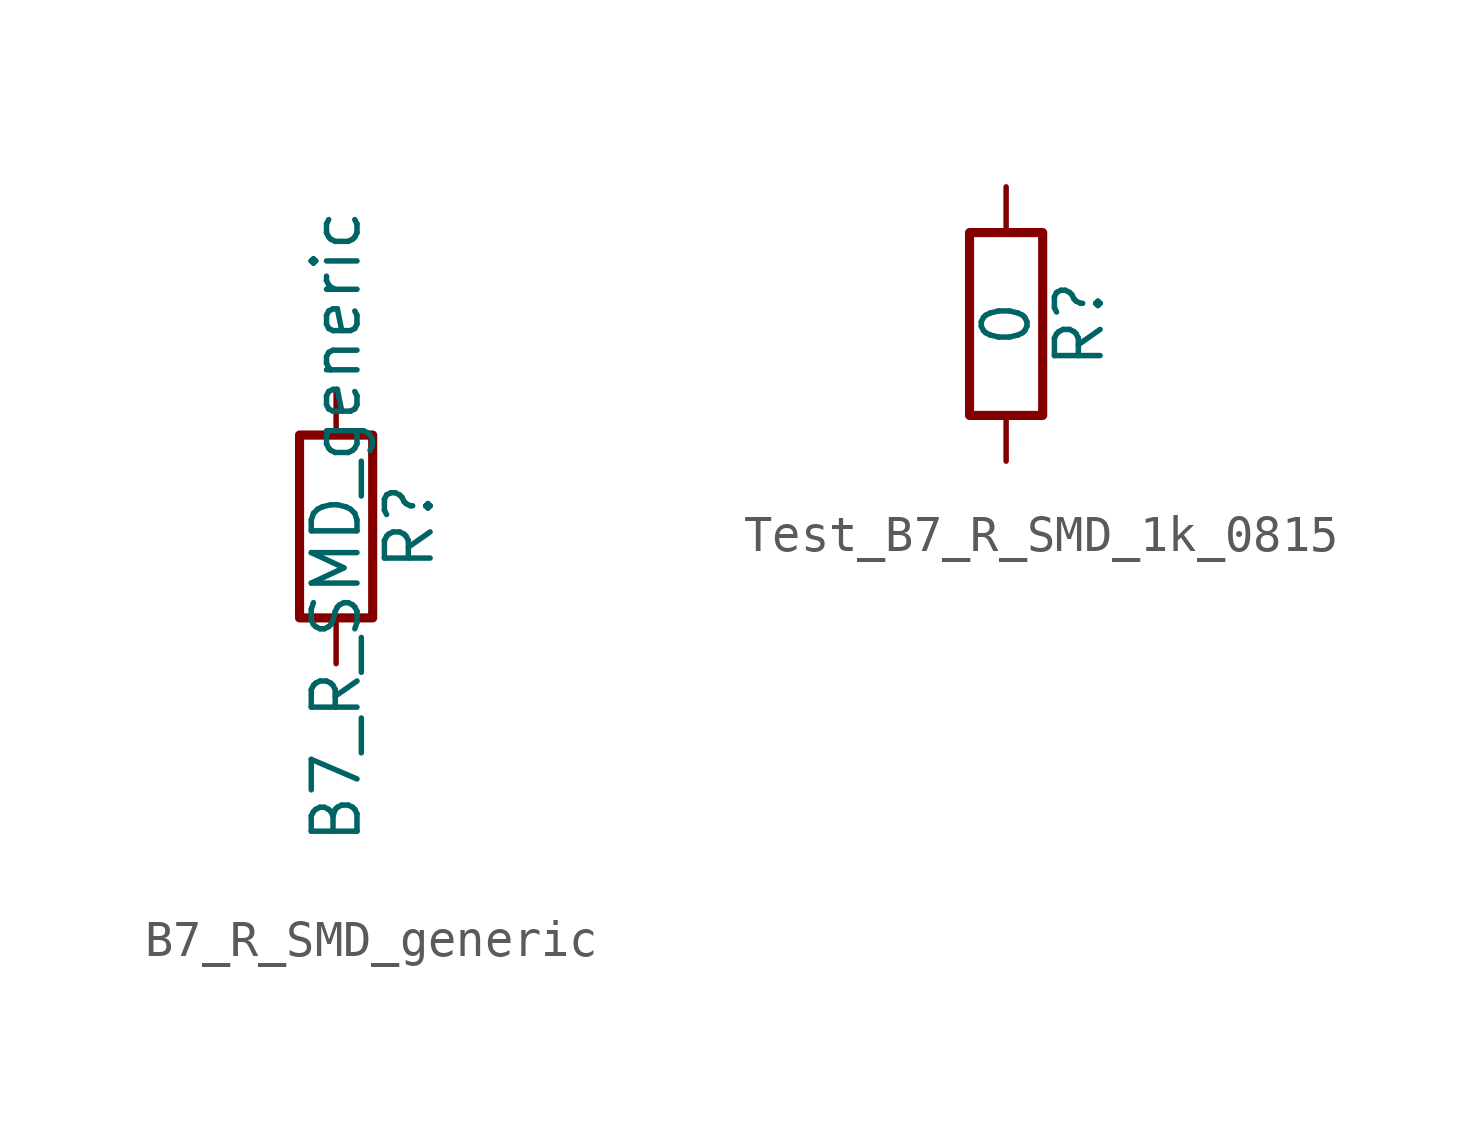
<source format=kicad_sym>
(kicad_symbol_lib
  (version 20241209)
  (generator "kicad_symbol_editor")
  (generator_version "9.0")
  (symbol "B7_R_SMD_generic"
    (pin_numbers
      (hide yes))
    (pin_names
      (offset 0))
    (property "Reference" "R"
      (at 2.032 0 90)
      (effects (font (size 1.27 1.27))))
    (property "Value" "B7_R_SMD_generic"
      (at 0 0 90)
      (effects (font (size 1.27 1.27))))
    (symbol "B7_R_SMD_generic_0_1"
      (rectangle (start -1.016 2.54) (end 1.016 -2.54) (stroke (width 0.254) (type default)) (fill (type none))))
    (symbol "B7_R_SMD_generic_1_1"
      (pin passive line (at 0 3.81 270) (length 1.27) (name "~" (effects (font (size 1.27 1.27)))) (number "1" (effects (font (size 1.27 1.27)))))
      (pin passive line (at 0 -3.81 90) (length 1.27) (name "~" (effects (font (size 1.27 1.27)))) (number "2" (effects (font (size 1.27 1.27)))))))
  (symbol "Test_B7_R_SMD_1k_0815"
    (pin_numbers
      (hide yes))
    (pin_names
      (offset 0))
    (property "Reference" "R"
      (at 2.032 0 90)
      (effects (font (size 1.27 1.27))))
    (property "Value" "0"
      (at 0 0 90)
      (effects (font (size 1.27 1.27))))
    (symbol "Test_B7_R_SMD_1k_0815_0_1"
      (rectangle (start -1.016 2.54) (end 1.016 -2.54) (stroke (width 0.254) (type default)) (fill (type none))))
    (symbol "Test_B7_R_SMD_1k_0815_1_1"
      (pin passive line (at 0 3.81 270) (length 1.27) (name "~" (effects (font (size 1.27 1.27)))) (number "1" (effects (font (size 1.27 1.27)))))
      (pin passive line (at 0 -3.81 90) (length 1.27) (name "~" (effects (font (size 1.27 1.27)))) (number "2" (effects (font (size 1.27 1.27))))))))
</source>
